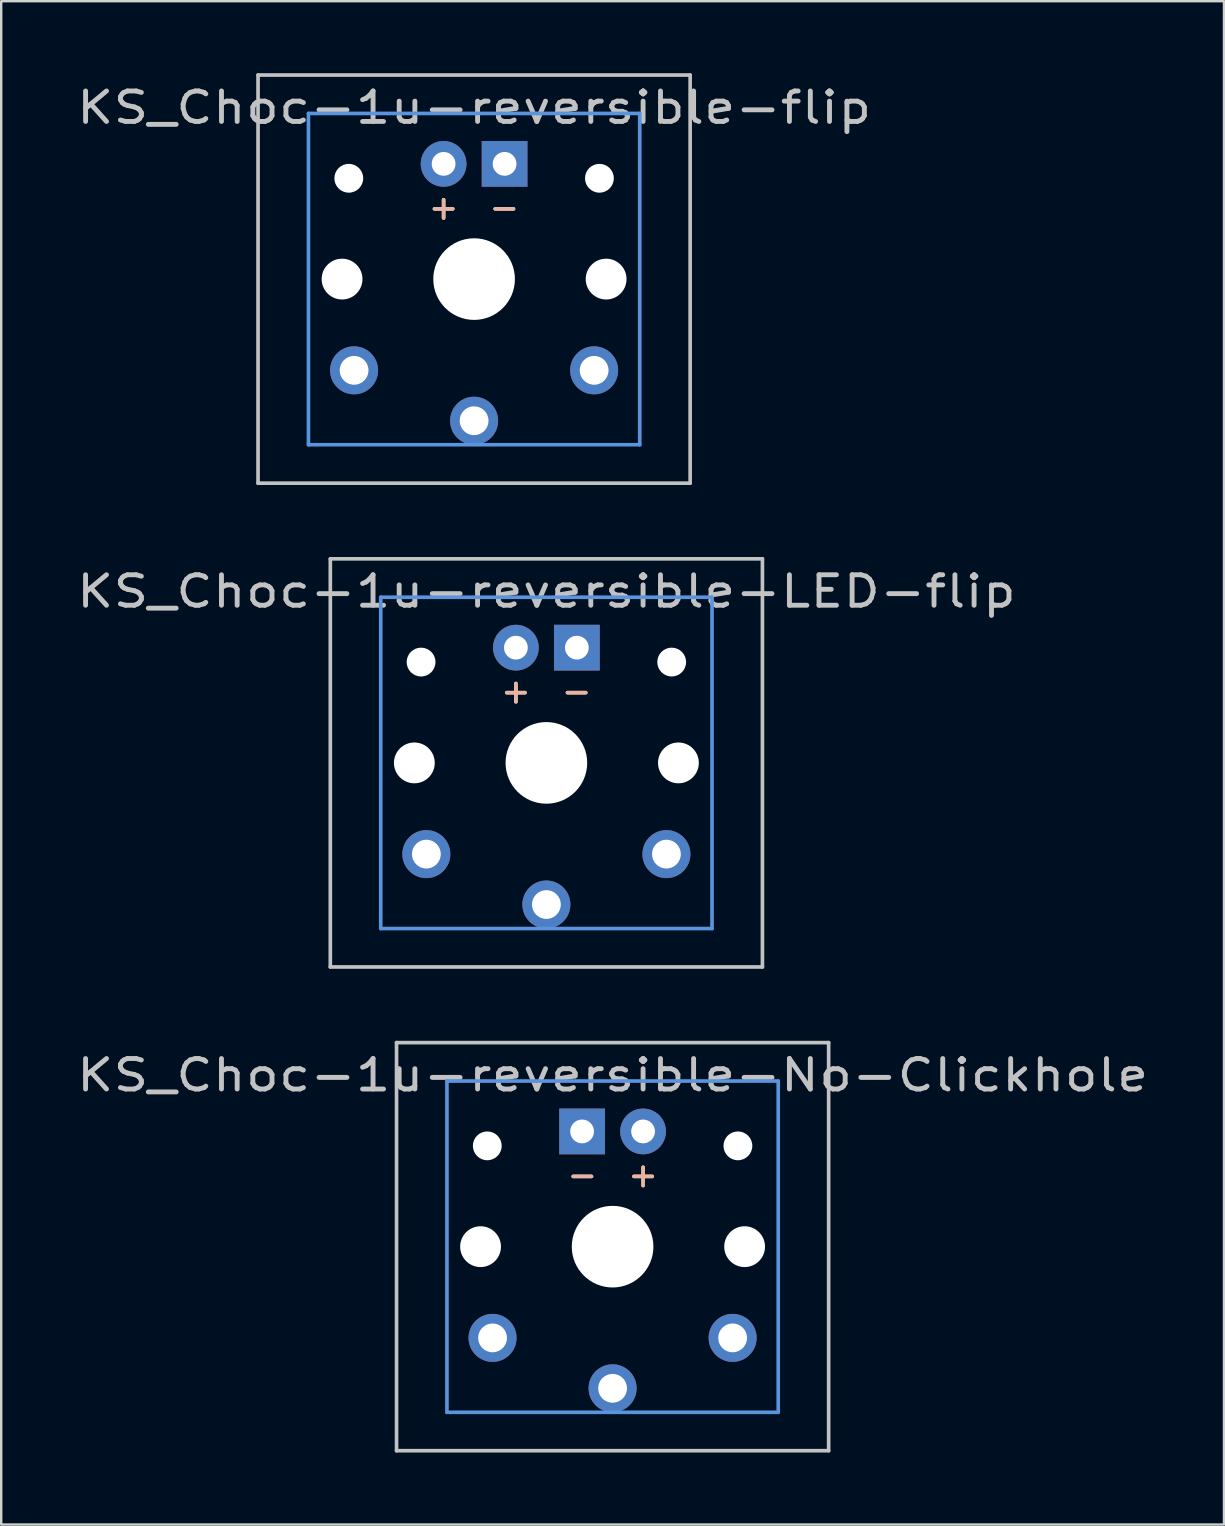
<source format=kicad_pcb>
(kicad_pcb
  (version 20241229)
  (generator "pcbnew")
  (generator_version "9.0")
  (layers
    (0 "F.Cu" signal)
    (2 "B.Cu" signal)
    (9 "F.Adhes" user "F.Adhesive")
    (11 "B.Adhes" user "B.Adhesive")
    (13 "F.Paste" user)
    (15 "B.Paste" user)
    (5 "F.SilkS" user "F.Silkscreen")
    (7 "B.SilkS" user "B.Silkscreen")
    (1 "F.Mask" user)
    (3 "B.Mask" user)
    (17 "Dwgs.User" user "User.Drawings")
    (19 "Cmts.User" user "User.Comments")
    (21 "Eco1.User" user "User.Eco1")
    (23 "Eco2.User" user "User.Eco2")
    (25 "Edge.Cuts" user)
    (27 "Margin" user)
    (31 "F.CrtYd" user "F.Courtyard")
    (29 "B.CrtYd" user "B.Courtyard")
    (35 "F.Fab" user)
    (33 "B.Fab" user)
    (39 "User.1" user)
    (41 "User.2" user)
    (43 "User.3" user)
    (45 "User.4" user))
  (footprint "KS_Choc-1u-reversible-No-Clickhole"
    (layer "F.Cu")
    (at 22.468 48.881)
    (property "Reference" "KS_Choc-1u-reversible-No-Clickhole" (at 0 -7.144 180) (layer "Dwgs.User") (effects (font (size 1.27 1.524) (thickness 0.203))))
    (attr through_hole)
    (fp_line (start -9 -8.5) (end 9 -8.5) (stroke (width 0.152) (type solid)) (layer "Dwgs.User"))
    (fp_line (start -9 8.5) (end -9 -8.5) (stroke (width 0.152) (type solid)) (layer "Dwgs.User"))
    (fp_line (start 9 -8.5) (end 9 8.5) (stroke (width 0.152) (type solid)) (layer "Dwgs.User"))
    (fp_line (start 9 8.5) (end -9 8.5) (stroke (width 0.152) (type solid)) (layer "Dwgs.User"))
    (fp_line (start -6.9 -6.9) (end 6.9 -6.9) (stroke (width 0.152) (type solid)) (layer "Cmts.User"))
    (fp_line (start -6.9 6.9) (end -6.9 -6.9) (stroke (width 0.152) (type solid)) (layer "Cmts.User"))
    (fp_line (start 6.9 -6.9) (end 6.9 6.9) (stroke (width 0.152) (type solid)) (layer "Cmts.User"))
    (fp_line (start 6.9 6.9) (end -6.9 6.9) (stroke (width 0.152) (type solid)) (layer "Cmts.User"))
    (fp_line (start -7.5 -7.5) (end 7.5 -7.5) (stroke (width 0.152) (type solid)) (layer "Eco2.User"))
    (fp_line (start -7.5 7.5) (end -7.5 -7.5) (stroke (width 0.152) (type solid)) (layer "Eco2.User"))
    (fp_line (start 7.5 -7.5) (end 7.5 7.5) (stroke (width 0.152) (type solid)) (layer "Eco2.User"))
    (fp_line (start 7.5 7.5) (end -7.5 7.5) (stroke (width 0.152) (type solid)) (layer "Eco2.User"))
    (fp_text user "+" (at 1.27 -3 180) (layer "F.SilkS") (effects (font (size 1 1) (thickness 0.15))))
    (fp_text user "-" (at -1.26 -3 180) (layer "F.SilkS") (effects (font (size 1 1) (thickness 0.15))))
    (fp_text user "+" (at 1.27 -3 180) (layer "B.SilkS") (effects (font (size 1 1) (thickness 0.15)) (justify mirror)))
    (fp_text user "-" (at -1.26 -3 180) (layer "B.SilkS") (effects (font (size 1 1) (thickness 0.15)) (justify mirror)))
    (pad "" np_thru_hole circle (at -5.5 0 180) (size 1.7 1.7) (drill 1.7) (layers "*.Cu" "*.Mask"))
    (pad "" np_thru_hole circle (at -5.22 -4.2 180) (size 1.2 1.2) (drill 1.2) (layers "*.Cu"))
    (pad "" np_thru_hole circle (at 0 0 180) (size 3.4 3.4) (drill 3.4) (layers "*.Cu" "*.Mask"))
    (pad "" np_thru_hole circle (at 5.22 -4.2 180) (size 1.2 1.2) (drill 1.2) (layers "*.Cu"))
    (pad "" np_thru_hole circle (at 5.5 0 180) (size 1.7 1.7) (drill 1.7) (layers "*.Cu" "*.Mask"))
    (pad "1" thru_hole circle (at 0 5.9 180) (size 2 2) (drill 1.2) (layers "*.Cu" "*.Mask"))
    (pad "2" thru_hole circle (at -5 3.8 41.9) (size 2 2) (drill 1.2) (layers "*.Cu" "B.Mask"))
    (pad "2" thru_hole circle (at 5 3.8 41.9) (size 2 2) (drill 1.2) (layers "*.Cu" "F.Mask"))
    (pad "3" thru_hole circle (at 1.27 -4.8 180) (size 1.905 1.905) (drill 0.991) (layers "*.Cu" "*.Mask"))
    (pad "4" thru_hole rect (at -1.27 -4.8 180) (size 1.905 1.905) (drill 0.991) (layers "*.Cu" "*.Mask")))
  (footprint "KS_Choc-1u-reversible-flip"
    (layer "F.Cu")
    (at 16.699 8.576)
    (property "Reference" "KS_Choc-1u-reversible-flip" (at 0 -7.144 180) (layer "Dwgs.User") (effects (font (size 1.27 1.524) (thickness 0.203))))
    (attr through_hole)
    (fp_line (start -9 -8.5) (end 9 -8.5) (stroke (width 0.152) (type solid)) (layer "Dwgs.User"))
    (fp_line (start -9 8.5) (end -9 -8.5) (stroke (width 0.152) (type solid)) (layer "Dwgs.User"))
    (fp_line (start 9 -8.5) (end 9 8.5) (stroke (width 0.152) (type solid)) (layer "Dwgs.User"))
    (fp_line (start 9 8.5) (end -9 8.5) (stroke (width 0.152) (type solid)) (layer "Dwgs.User"))
    (fp_line (start -6.9 -6.9) (end 6.9 -6.9) (stroke (width 0.152) (type solid)) (layer "Cmts.User"))
    (fp_line (start -6.9 6.9) (end -6.9 -6.9) (stroke (width 0.152) (type solid)) (layer "Cmts.User"))
    (fp_line (start 6.9 -6.9) (end 6.9 6.9) (stroke (width 0.152) (type solid)) (layer "Cmts.User"))
    (fp_line (start 6.9 6.9) (end -6.9 6.9) (stroke (width 0.152) (type solid)) (layer "Cmts.User"))
    (fp_line (start -7.5 -7.5) (end 7.5 -7.5) (stroke (width 0.152) (type solid)) (layer "Eco2.User"))
    (fp_line (start -7.5 7.5) (end -7.5 -7.5) (stroke (width 0.152) (type solid)) (layer "Eco2.User"))
    (fp_line (start 7.5 -7.5) (end 7.5 7.5) (stroke (width 0.152) (type solid)) (layer "Eco2.User"))
    (fp_line (start 7.5 7.5) (end -7.5 7.5) (stroke (width 0.152) (type solid)) (layer "Eco2.User"))
    (fp_text user "-" (at 1.26 -3 0) (layer "F.SilkS") (effects (font (size 1 1) (thickness 0.15))))
    (fp_text user "+" (at -1.27 -3 0) (layer "F.SilkS") (effects (font (size 1 1) (thickness 0.15))))
    (fp_text user "-" (at 1.26 -3 0) (layer "B.SilkS") (effects (font (size 1 1) (thickness 0.15)) (justify mirror)))
    (fp_text user "+" (at -1.27 -3 0) (layer "B.SilkS") (effects (font (size 1 1) (thickness 0.15)) (justify mirror)))
    (pad "" np_thru_hole circle (at -5.5 0 180) (size 1.7 1.7) (drill 1.7) (layers "*.Cu"))
    (pad "" np_thru_hole circle (at -5.22 -4.2 180) (size 1.2 1.2) (drill 1.2) (layers "*.Cu"))
    (pad "" np_thru_hole circle (at 0 0 180) (size 3.4 3.4) (drill 3.4) (layers "*.Cu"))
    (pad "" np_thru_hole circle (at 5.22 -4.2 180) (size 1.2 1.2) (drill 1.2) (layers "*.Cu"))
    (pad "" np_thru_hole circle (at 5.5 0 180) (size 1.7 1.7) (drill 1.7) (layers "*.Cu"))
    (pad "1" thru_hole circle (at 0 5.9 180) (size 2 2) (drill 1.2) (layers "*.Cu" "*.Mask"))
    (pad "2" thru_hole circle (at -5 3.8 41.9) (size 2 2) (drill 1.2) (layers "*.Cu" "*.Mask"))
    (pad "2" thru_hole circle (at 5 3.8 41.9) (size 2 2) (drill 1.2) (layers "*.Cu" "*.Mask"))
    (pad "3" thru_hole circle (at -1.27 -4.8 180) (size 1.905 1.905) (drill 0.991) (layers "*.Cu" "*.Mask"))
    (pad "4" thru_hole rect (at 1.27 -4.8 180) (size 1.905 1.905) (drill 0.991) (layers "*.Cu" "*.Mask")))
  (footprint "KS_Choc-1u-reversible-LED-flip"
    (layer "F.Cu")
    (at 19.71 28.729)
    (property "Reference" "KS_Choc-1u-reversible-LED-flip" (at 0 -7.144 180) (layer "Dwgs.User") (effects (font (size 1.27 1.524) (thickness 0.203))))
    (attr through_hole)
    (fp_line (start -9 -8.5) (end 9 -8.5) (stroke (width 0.152) (type solid)) (layer "Dwgs.User"))
    (fp_line (start -9 8.5) (end -9 -8.5) (stroke (width 0.152) (type solid)) (layer "Dwgs.User"))
    (fp_line (start 9 -8.5) (end 9 8.5) (stroke (width 0.152) (type solid)) (layer "Dwgs.User"))
    (fp_line (start 9 8.5) (end -9 8.5) (stroke (width 0.152) (type solid)) (layer "Dwgs.User"))
    (fp_line (start -6.9 -6.9) (end 6.9 -6.9) (stroke (width 0.152) (type solid)) (layer "Cmts.User"))
    (fp_line (start -6.9 6.9) (end -6.9 -6.9) (stroke (width 0.152) (type solid)) (layer "Cmts.User"))
    (fp_line (start 6.9 -6.9) (end 6.9 6.9) (stroke (width 0.152) (type solid)) (layer "Cmts.User"))
    (fp_line (start 6.9 6.9) (end -6.9 6.9) (stroke (width 0.152) (type solid)) (layer "Cmts.User"))
    (fp_line (start -7.5 -7.5) (end 7.5 -7.5) (stroke (width 0.152) (type solid)) (layer "Eco2.User"))
    (fp_line (start -7.5 7.5) (end -7.5 -7.5) (stroke (width 0.152) (type solid)) (layer "Eco2.User"))
    (fp_line (start 7.5 -7.5) (end 7.5 7.5) (stroke (width 0.152) (type solid)) (layer "Eco2.User"))
    (fp_line (start 7.5 7.5) (end -7.5 7.5) (stroke (width 0.152) (type solid)) (layer "Eco2.User"))
    (fp_text user "-" (at 1.26 -3 0) (layer "F.SilkS") (effects (font (size 1 1) (thickness 0.15))))
    (fp_text user "+" (at -1.27 -3 0) (layer "F.SilkS") (effects (font (size 1 1) (thickness 0.15))))
    (fp_text user "+" (at -1.27 -3 0) (layer "B.SilkS") (effects (font (size 1 1) (thickness 0.15)) (justify mirror)))
    (fp_text user "-" (at 1.26 -3 0) (layer "B.SilkS") (effects (font (size 1 1) (thickness 0.15)) (justify mirror)))
    (pad "" np_thru_hole circle (at -5.5 0 180) (size 1.7 1.7) (drill 1.7) (layers "*.Cu"))
    (pad "" np_thru_hole circle (at -5.22 -4.2 180) (size 1.2 1.2) (drill 1.2) (layers "*.Cu"))
    (pad "" np_thru_hole circle (at 0 0 180) (size 3.4 3.4) (drill 3.4) (layers "*.Cu"))
    (pad "" np_thru_hole circle (at 5.22 -4.2 180) (size 1.2 1.2) (drill 1.2) (layers "*.Cu"))
    (pad "" np_thru_hole circle (at 5.5 0 180) (size 1.7 1.7) (drill 1.7) (layers "*.Cu"))
    (pad "1" thru_hole circle (at 0 5.9 180) (size 2 2) (drill 1.2) (layers "*.Cu" "*.Mask"))
    (pad "2" thru_hole circle (at -5 3.8 41.9) (size 2 2) (drill 1.2) (layers "*.Cu" "*.Mask"))
    (pad "2" thru_hole circle (at 5 3.8 41.9) (size 2 2) (drill 1.2) (layers "*.Cu" "*.Mask"))
    (pad "3" thru_hole circle (at -1.27 -4.8 180) (size 1.905 1.905) (drill 0.991) (layers "*.Cu" "*.Mask"))
    (pad "4" thru_hole rect (at 1.27 -4.8 180) (size 1.905 1.905) (drill 0.991) (layers "*.Cu" "*.Mask")))
  (gr_rect
    (start -3 -3)
    (end 47.936 60.457)
    (stroke (width 0.1) (type default))
    (fill no)
    (layer "Edge.Cuts")))
</source>
